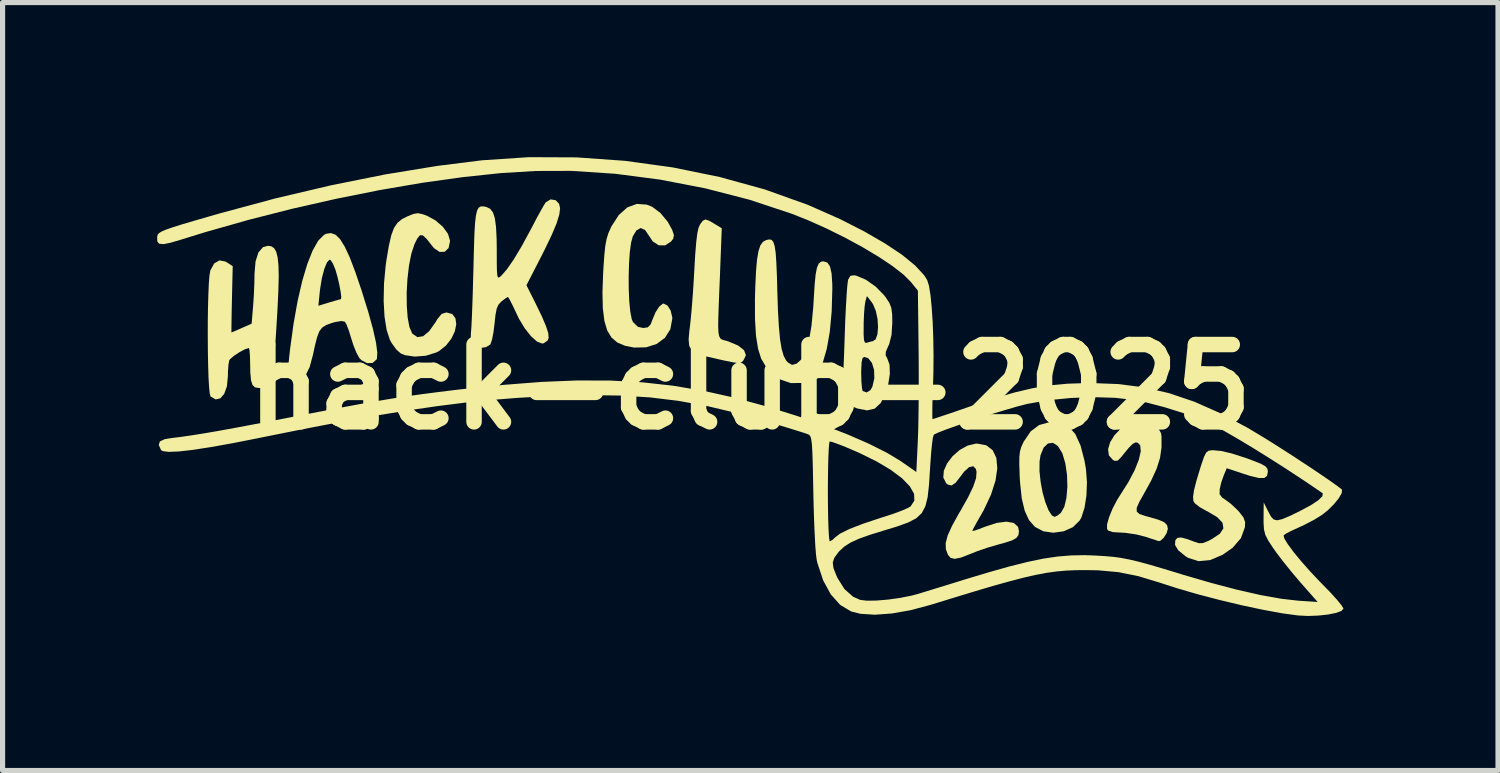
<source format=kicad_pcb>
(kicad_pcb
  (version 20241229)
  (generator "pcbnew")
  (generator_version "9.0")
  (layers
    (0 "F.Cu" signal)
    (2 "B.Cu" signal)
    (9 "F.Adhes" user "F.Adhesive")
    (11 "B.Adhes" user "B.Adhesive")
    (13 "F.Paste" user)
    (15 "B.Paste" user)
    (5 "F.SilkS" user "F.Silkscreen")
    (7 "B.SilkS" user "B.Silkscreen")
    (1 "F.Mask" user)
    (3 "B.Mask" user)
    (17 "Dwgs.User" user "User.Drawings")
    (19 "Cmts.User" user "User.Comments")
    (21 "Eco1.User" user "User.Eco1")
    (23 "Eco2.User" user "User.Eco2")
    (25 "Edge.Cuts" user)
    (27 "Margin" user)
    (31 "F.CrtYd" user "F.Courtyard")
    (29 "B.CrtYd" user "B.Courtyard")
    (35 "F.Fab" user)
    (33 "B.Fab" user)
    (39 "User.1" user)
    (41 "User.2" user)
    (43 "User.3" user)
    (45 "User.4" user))
  (footprint "hack-club-2025"
    (layer "F.Cu")
    (at 11.506 4.458)
    (property "Reference" "hack-club-2025" (at 0 0 0) (layer "F.SilkS") (effects (font (size 1.5 1.5) (thickness 0.3))))
    (attr board_only exclude_from_pos_files exclude_from_bom)
    (fp_poly (pts (xy -0.79 -3.222) (xy -0.695 -3.167) (xy -0.55 -3.078) (xy -0.584 -2.186) (xy -0.599 -1.826) (xy -0.61 -1.543) (xy -0.617 -1.328) (xy -0.619 -1.169) (xy -0.614 -1.059) (xy -0.601 -0.987) (xy -0.58 -0.944) (xy -0.549 -0.92) (xy -0.506 -0.906) (xy -0.451 -0.892) (xy -0.426 -0.884) (xy -0.233 -0.803) (xy -0.117 -0.712) (xy -0.081 -0.615) (xy -0.128 -0.516) (xy -0.138 -0.505) (xy -0.166 -0.478) (xy -0.196 -0.464) (xy -0.247 -0.464) (xy -0.336 -0.478) (xy -0.479 -0.507) (xy -0.625 -0.539) (xy -0.863 -0.594) (xy -1.027 -0.645) (xy -1.129 -0.708) (xy -1.181 -0.795) (xy -1.193 -0.919) (xy -1.178 -1.095) (xy -1.167 -1.176) (xy -1.15 -1.333) (xy -1.13 -1.554) (xy -1.11 -1.815) (xy -1.092 -2.094) (xy -1.082 -2.277) (xy -1.064 -2.581) (xy -1.045 -2.81) (xy -1.025 -2.973) (xy -1.002 -3.083) (xy -0.973 -3.149) (xy -0.973 -3.151) (xy -0.917 -3.225) (xy -0.865 -3.249)) (stroke (width 0) (type solid)) (fill yes) (layer "F.SilkS"))
    (fp_poly (pts (xy 6.021 0.691) (xy 6.181 0.768) (xy 6.311 0.915) (xy 6.413 1.138) (xy 6.491 1.439) (xy 6.518 1.598) (xy 6.537 1.85) (xy 6.527 2.108) (xy 6.49 2.344) (xy 6.429 2.533) (xy 6.395 2.594) (xy 6.264 2.722) (xy 6.085 2.802) (xy 5.885 2.83) (xy 5.69 2.802) (xy 5.527 2.716) (xy 5.413 2.586) (xy 5.33 2.406) (xy 5.272 2.167) (xy 5.239 1.857) (xy 5.231 1.725) (xy 5.229 1.637) (xy 5.616 1.637) (xy 5.638 1.844) (xy 5.677 2.051) (xy 5.73 2.239) (xy 5.791 2.393) (xy 5.855 2.493) (xy 5.909 2.523) (xy 5.968 2.495) (xy 6.033 2.441) (xy 6.098 2.327) (xy 6.139 2.152) (xy 6.157 1.939) (xy 6.15 1.709) (xy 6.118 1.486) (xy 6.061 1.292) (xy 6.058 1.286) (xy 5.973 1.147) (xy 5.876 1.085) (xy 5.78 1.098) (xy 5.696 1.179) (xy 5.636 1.326) (xy 5.617 1.448) (xy 5.616 1.637) (xy 5.229 1.637) (xy 5.224 1.51) (xy 5.225 1.36) (xy 5.237 1.252) (xy 5.263 1.163) (xy 5.305 1.072) (xy 5.312 1.059) (xy 5.446 0.862) (xy 5.609 0.74) (xy 5.815 0.683) (xy 5.828 0.681)) (stroke (width 0) (type solid)) (fill yes) (layer "F.SilkS"))
    (fp_poly (pts (xy 4.583 1.133) (xy 4.707 1.228) (xy 4.779 1.379) (xy 4.797 1.578) (xy 4.763 1.817) (xy 4.675 2.091) (xy 4.533 2.393) (xy 4.48 2.487) (xy 4.4 2.626) (xy 4.341 2.734) (xy 4.313 2.791) (xy 4.312 2.795) (xy 4.348 2.791) (xy 4.443 2.759) (xy 4.56 2.713) (xy 4.787 2.639) (xy 4.976 2.615) (xy 5.116 2.64) (xy 5.199 2.714) (xy 5.218 2.799) (xy 5.208 2.874) (xy 5.167 2.931) (xy 5.082 2.979) (xy 4.935 3.027) (xy 4.808 3.061) (xy 4.613 3.118) (xy 4.412 3.187) (xy 4.275 3.241) (xy 4.093 3.312) (xy 3.97 3.337) (xy 3.889 3.317) (xy 3.84 3.259) (xy 3.799 3.15) (xy 3.796 3.029) (xy 3.834 2.883) (xy 3.918 2.698) (xy 4.049 2.46) (xy 4.075 2.418) (xy 4.228 2.147) (xy 4.33 1.935) (xy 4.385 1.772) (xy 4.395 1.649) (xy 4.382 1.593) (xy 4.33 1.539) (xy 4.25 1.558) (xy 4.151 1.647) (xy 4.085 1.736) (xy 3.987 1.862) (xy 3.909 1.913) (xy 3.837 1.896) (xy 3.804 1.867) (xy 3.749 1.759) (xy 3.76 1.626) (xy 3.824 1.483) (xy 3.93 1.344) (xy 4.067 1.224) (xy 4.222 1.138) (xy 4.385 1.1) (xy 4.407 1.1)) (stroke (width 0) (type solid)) (fill yes) (layer "F.SilkS"))
    (fp_poly (pts (xy 0.417 -2.853) (xy 0.452 -2.811) (xy 0.478 -2.728) (xy 0.497 -2.595) (xy 0.51 -2.401) (xy 0.521 -2.139) (xy 0.528 -1.865) (xy 0.541 -1.476) (xy 0.559 -1.164) (xy 0.582 -0.921) (xy 0.612 -0.737) (xy 0.651 -0.604) (xy 0.699 -0.513) (xy 0.734 -0.474) (xy 0.814 -0.427) (xy 0.902 -0.451) (xy 1 -0.537) (xy 1.08 -0.684) (xy 1.143 -0.898) (xy 1.191 -1.184) (xy 1.226 -1.548) (xy 1.236 -1.719) (xy 1.253 -1.989) (xy 1.272 -2.184) (xy 1.298 -2.315) (xy 1.332 -2.393) (xy 1.378 -2.43) (xy 1.421 -2.437) (xy 1.498 -2.414) (xy 1.55 -2.34) (xy 1.581 -2.204) (xy 1.595 -1.997) (xy 1.596 -1.899) (xy 1.583 -1.462) (xy 1.547 -1.074) (xy 1.489 -0.742) (xy 1.411 -0.473) (xy 1.314 -0.274) (xy 1.2 -0.153) (xy 1.192 -0.148) (xy 0.999 -0.076) (xy 0.788 -0.074) (xy 0.593 -0.141) (xy 0.56 -0.162) (xy 0.438 -0.261) (xy 0.318 -0.384) (xy 0.296 -0.41) (xy 0.214 -0.55) (xy 0.154 -0.743) (xy 0.114 -0.996) (xy 0.095 -1.317) (xy 0.094 -1.711) (xy 0.1 -1.921) (xy 0.114 -2.231) (xy 0.134 -2.465) (xy 0.162 -2.633) (xy 0.2 -2.747) (xy 0.25 -2.816) (xy 0.31 -2.849) (xy 0.37 -2.862)) (stroke (width 0) (type solid)) (fill yes) (layer "F.SilkS"))
    (fp_poly (pts (xy 7.777 0.664) (xy 7.9 0.763) (xy 7.974 0.898) (xy 7.984 0.958) (xy 7.984 1.176) (xy 7.955 1.378) (xy 7.89 1.585) (xy 7.783 1.819) (xy 7.649 2.062) (xy 7.552 2.234) (xy 7.502 2.348) (xy 7.503 2.42) (xy 7.556 2.467) (xy 7.667 2.505) (xy 7.741 2.524) (xy 7.923 2.577) (xy 8.035 2.625) (xy 8.091 2.68) (xy 8.107 2.749) (xy 8.107 2.752) (xy 8.084 2.837) (xy 8.029 2.925) (xy 7.966 2.984) (xy 7.931 2.993) (xy 7.884 2.978) (xy 7.78 2.944) (xy 7.676 2.909) (xy 7.489 2.862) (xy 7.284 2.832) (xy 7.196 2.827) (xy 7.039 2.818) (xy 6.953 2.79) (xy 6.927 2.758) (xy 6.927 2.669) (xy 6.966 2.529) (xy 7.034 2.362) (xy 7.124 2.19) (xy 7.189 2.087) (xy 7.345 1.841) (xy 7.464 1.613) (xy 7.544 1.412) (xy 7.581 1.249) (xy 7.571 1.135) (xy 7.522 1.083) (xy 7.477 1.078) (xy 7.425 1.106) (xy 7.353 1.177) (xy 7.248 1.304) (xy 7.205 1.358) (xy 7.136 1.43) (xy 7.075 1.435) (xy 7.043 1.419) (xy 6.962 1.329) (xy 6.947 1.21) (xy 6.986 1.075) (xy 7.072 0.937) (xy 7.193 0.81) (xy 7.339 0.708) (xy 7.502 0.642) (xy 7.631 0.625)) (stroke (width 0) (type solid)) (fill yes) (layer "F.SilkS"))
    (fp_poly (pts (xy -2.005 -3.537) (xy -1.9 -3.495) (xy -1.74 -3.375) (xy -1.597 -3.202) (xy -1.511 -3.045) (xy -1.478 -2.944) (xy -1.492 -2.875) (xy -1.534 -2.821) (xy -1.649 -2.746) (xy -1.773 -2.748) (xy -1.888 -2.823) (xy -1.955 -2.922) (xy -2.038 -3.045) (xy -2.124 -3.083) (xy -2.207 -3.035) (xy -2.276 -2.922) (xy -2.309 -2.801) (xy -2.334 -2.619) (xy -2.349 -2.396) (xy -2.356 -2.15) (xy -2.355 -1.901) (xy -2.345 -1.666) (xy -2.326 -1.467) (xy -2.298 -1.32) (xy -2.274 -1.26) (xy -2.177 -1.165) (xy -2.072 -1.143) (xy -1.985 -1.156) (xy -1.932 -1.21) (xy -1.895 -1.304) (xy -1.836 -1.446) (xy -1.764 -1.557) (xy -1.695 -1.614) (xy -1.678 -1.617) (xy -1.603 -1.579) (xy -1.542 -1.482) (xy -1.511 -1.353) (xy -1.51 -1.323) (xy -1.548 -1.118) (xy -1.653 -0.952) (xy -1.814 -0.833) (xy -2.018 -0.768) (xy -2.253 -0.763) (xy -2.43 -0.799) (xy -2.576 -0.861) (xy -2.689 -0.957) (xy -2.772 -1.094) (xy -2.828 -1.281) (xy -2.858 -1.526) (xy -2.865 -1.837) (xy -2.851 -2.223) (xy -2.846 -2.307) (xy -2.829 -2.551) (xy -2.811 -2.73) (xy -2.786 -2.865) (xy -2.752 -2.978) (xy -2.703 -3.089) (xy -2.689 -3.118) (xy -2.546 -3.338) (xy -2.381 -3.484) (xy -2.198 -3.551)) (stroke (width 0) (type solid)) (fill yes) (layer "F.SilkS"))
    (fp_poly (pts (xy -6.356 -3.352) (xy -6.272 -3.322) (xy -6.105 -3.231) (xy -5.961 -3.106) (xy -5.861 -2.967) (xy -5.822 -2.834) (xy -5.822 -2.832) (xy -5.851 -2.695) (xy -5.924 -2.623) (xy -6.025 -2.619) (xy -6.133 -2.691) (xy -6.163 -2.728) (xy -6.274 -2.869) (xy -6.35 -2.94) (xy -6.407 -2.943) (xy -6.459 -2.879) (xy -6.514 -2.766) (xy -6.574 -2.584) (xy -6.619 -2.355) (xy -6.649 -2.098) (xy -6.664 -1.832) (xy -6.662 -1.574) (xy -6.645 -1.344) (xy -6.61 -1.159) (xy -6.558 -1.039) (xy -6.553 -1.032) (xy -6.456 -0.966) (xy -6.346 -0.983) (xy -6.227 -1.082) (xy -6.101 -1.26) (xy -6.072 -1.311) (xy -5.986 -1.416) (xy -5.894 -1.445) (xy -5.78 -1.414) (xy -5.718 -1.332) (xy -5.702 -1.215) (xy -5.73 -1.077) (xy -5.798 -0.935) (xy -5.901 -0.803) (xy -6.035 -0.696) (xy -6.092 -0.667) (xy -6.293 -0.605) (xy -6.507 -0.588) (xy -6.699 -0.616) (xy -6.777 -0.648) (xy -6.863 -0.723) (xy -6.951 -0.844) (xy -6.99 -0.913) (xy -7.053 -1.105) (xy -7.094 -1.363) (xy -7.111 -1.669) (xy -7.104 -2.006) (xy -7.072 -2.355) (xy -7.056 -2.467) (xy -7.01 -2.739) (xy -6.964 -2.94) (xy -6.911 -3.083) (xy -6.843 -3.184) (xy -6.755 -3.256) (xy -6.659 -3.305) (xy -6.535 -3.356) (xy -6.448 -3.371)) (stroke (width 0) (type solid)) (fill yes) (layer "F.SilkS"))
    (fp_poly (pts (xy 9.145 1.244) (xy 9.348 1.292) (xy 9.607 1.375) (xy 9.757 1.43) (xy 9.911 1.491) (xy 9.999 1.54) (xy 10.039 1.589) (xy 10.048 1.644) (xy 10.032 1.727) (xy 9.977 1.768) (xy 9.872 1.768) (xy 9.706 1.728) (xy 9.583 1.689) (xy 9.25 1.578) (xy 9.192 1.716) (xy 9.143 1.855) (xy 9.113 1.983) (xy 9.111 2.082) (xy 9.161 2.149) (xy 9.22 2.188) (xy 9.329 2.268) (xy 9.448 2.38) (xy 9.487 2.421) (xy 9.574 2.533) (xy 9.607 2.626) (xy 9.602 2.724) (xy 9.525 2.935) (xy 9.364 3.122) (xy 9.171 3.257) (xy 8.927 3.361) (xy 8.703 3.382) (xy 8.501 3.318) (xy 8.452 3.288) (xy 8.309 3.172) (xy 8.246 3.067) (xy 8.252 2.976) (xy 8.291 2.93) (xy 8.366 2.922) (xy 8.492 2.956) (xy 8.616 3.003) (xy 8.708 3.033) (xy 8.786 3.031) (xy 8.885 2.992) (xy 8.961 2.953) (xy 9.116 2.849) (xy 9.185 2.744) (xy 9.168 2.637) (xy 9.066 2.529) (xy 8.878 2.417) (xy 8.854 2.406) (xy 8.726 2.334) (xy 8.633 2.261) (xy 8.603 2.219) (xy 8.596 2.136) (xy 8.615 2.003) (xy 8.664 1.812) (xy 8.743 1.551) (xy 8.76 1.499) (xy 8.81 1.354) (xy 8.851 1.273) (xy 8.898 1.238) (xy 8.967 1.229) (xy 8.984 1.229)) (stroke (width 0) (type solid)) (fill yes) (layer "F.SilkS"))
    (fp_poly (pts (xy -8.043 -2.952) (xy -7.955 -2.865) (xy -7.865 -2.719) (xy -7.767 -2.509) (xy -7.66 -2.226) (xy -7.537 -1.865) (xy -7.534 -1.854) (xy -7.41 -1.456) (xy -7.318 -1.123) (xy -7.259 -0.858) (xy -7.234 -0.665) (xy -7.242 -0.547) (xy -7.249 -0.532) (xy -7.325 -0.465) (xy -7.432 -0.461) (xy -7.54 -0.517) (xy -7.582 -0.56) (xy -7.637 -0.658) (xy -7.697 -0.806) (xy -7.742 -0.948) (xy -7.788 -1.097) (xy -7.832 -1.212) (xy -7.866 -1.267) (xy -7.937 -1.278) (xy -8.063 -1.256) (xy -8.122 -1.238) (xy -8.227 -1.2) (xy -8.303 -1.152) (xy -8.358 -1.081) (xy -8.402 -0.968) (xy -8.445 -0.799) (xy -8.482 -0.625) (xy -8.546 -0.387) (xy -8.623 -0.229) (xy -8.711 -0.153) (xy -8.811 -0.16) (xy -8.902 -0.233) (xy -8.935 -0.279) (xy -8.953 -0.337) (xy -8.957 -0.426) (xy -8.946 -0.564) (xy -8.926 -0.74) (xy -8.859 -1.228) (xy -8.797 -1.575) (xy -8.378 -1.575) (xy -8.167 -1.639) (xy -8.044 -1.675) (xy -7.96 -1.698) (xy -7.94 -1.703) (xy -7.933 -1.741) (xy -7.945 -1.84) (xy -7.97 -1.975) (xy -8.004 -2.125) (xy -8.044 -2.265) (xy -8.048 -2.277) (xy -8.095 -2.392) (xy -8.14 -2.46) (xy -8.162 -2.469) (xy -8.213 -2.412) (xy -8.263 -2.288) (xy -8.309 -2.115) (xy -8.343 -1.909) (xy -8.35 -1.85) (xy -8.378 -1.575) (xy -8.797 -1.575) (xy -8.78 -1.668) (xy -8.691 -2.056) (xy -8.593 -2.384) (xy -8.489 -2.646) (xy -8.381 -2.837) (xy -8.269 -2.95) (xy -8.226 -2.972) (xy -8.132 -2.985)) (stroke (width 0) (type solid)) (fill yes) (layer "F.SilkS"))
    (fp_poly (pts (xy -9.29 -2.728) (xy -9.236 -2.692) (xy -9.196 -2.623) (xy -9.168 -2.514) (xy -9.152 -2.358) (xy -9.147 -2.147) (xy -9.154 -1.873) (xy -9.17 -1.53) (xy -9.195 -1.11) (xy -9.202 -1.003) (xy -9.225 -0.678) (xy -9.248 -0.43) (xy -9.274 -0.248) (xy -9.307 -0.122) (xy -9.35 -0.042) (xy -9.405 0.001) (xy -9.476 0.019) (xy -9.532 0.022) (xy -9.607 0.009) (xy -9.656 -0.036) (xy -9.685 -0.128) (xy -9.699 -0.282) (xy -9.702 -0.464) (xy -9.706 -0.609) (xy -9.714 -0.714) (xy -9.726 -0.755) (xy -9.726 -0.755) (xy -9.801 -0.731) (xy -9.908 -0.674) (xy -10.015 -0.604) (xy -10.091 -0.539) (xy -10.107 -0.516) (xy -10.122 -0.435) (xy -10.132 -0.303) (xy -10.134 -0.2) (xy -10.153 -0.009) (xy -10.205 0.135) (xy -10.28 0.222) (xy -10.371 0.243) (xy -10.469 0.187) (xy -10.47 0.185) (xy -10.486 0.127) (xy -10.499 -0.003) (xy -10.51 -0.192) (xy -10.517 -0.426) (xy -10.522 -0.691) (xy -10.524 -0.973) (xy -10.524 -1.258) (xy -10.52 -1.533) (xy -10.513 -1.784) (xy -10.504 -1.996) (xy -10.492 -2.157) (xy -10.476 -2.253) (xy -10.475 -2.258) (xy -10.399 -2.396) (xy -10.298 -2.455) (xy -10.179 -2.432) (xy -10.149 -2.414) (xy -10.04 -2.343) (xy -10.055 -1.7) (xy -10.06 -1.475) (xy -10.063 -1.285) (xy -10.065 -1.144) (xy -10.065 -1.066) (xy -10.064 -1.057) (xy -10.025 -1.072) (xy -9.933 -1.112) (xy -9.866 -1.142) (xy -9.673 -1.227) (xy -9.645 -1.558) (xy -9.63 -1.778) (xy -9.62 -2.018) (xy -9.617 -2.2) (xy -9.597 -2.435) (xy -9.542 -2.608) (xy -9.454 -2.711) (xy -9.357 -2.738)) (stroke (width 0) (type solid)) (fill yes) (layer "F.SilkS"))
    (fp_poly (pts (xy -3.773 -3.623) (xy -3.707 -3.554) (xy -3.687 -3.469) (xy -3.702 -3.346) (xy -3.754 -3.176) (xy -3.847 -2.954) (xy -3.983 -2.67) (xy -4.071 -2.496) (xy -4.34 -1.973) (xy -4.17 -1.635) (xy -4.045 -1.377) (xy -3.962 -1.184) (xy -3.917 -1.045) (xy -3.909 -0.952) (xy -3.929 -0.9) (xy -4.002 -0.848) (xy -4.036 -0.841) (xy -4.134 -0.879) (xy -4.25 -0.982) (xy -4.372 -1.135) (xy -4.486 -1.324) (xy -4.533 -1.423) (xy -4.603 -1.571) (xy -4.66 -1.684) (xy -4.695 -1.741) (xy -4.701 -1.745) (xy -4.745 -1.719) (xy -4.824 -1.659) (xy -4.826 -1.657) (xy -4.881 -1.599) (xy -4.917 -1.52) (xy -4.941 -1.397) (xy -4.959 -1.229) (xy -4.98 -1.059) (xy -5.008 -0.917) (xy -5.038 -0.83) (xy -5.044 -0.821) (xy -5.127 -0.771) (xy -5.239 -0.755) (xy -5.345 -0.773) (xy -5.408 -0.824) (xy -5.409 -0.827) (xy -5.422 -0.915) (xy -5.418 -1.042) (xy -5.415 -1.075) (xy -5.408 -1.166) (xy -5.4 -1.33) (xy -5.391 -1.552) (xy -5.382 -1.817) (xy -5.374 -2.111) (xy -5.368 -2.329) (xy -5.359 -2.684) (xy -5.35 -2.962) (xy -5.338 -3.171) (xy -5.321 -3.321) (xy -5.298 -3.421) (xy -5.267 -3.478) (xy -5.225 -3.502) (xy -5.172 -3.503) (xy -5.12 -3.492) (xy -5.045 -3.457) (xy -4.99 -3.387) (xy -4.953 -3.272) (xy -4.93 -3.101) (xy -4.918 -2.863) (xy -4.916 -2.639) (xy -4.916 -2.411) (xy -4.913 -2.257) (xy -4.906 -2.166) (xy -4.893 -2.125) (xy -4.871 -2.123) (xy -4.839 -2.148) (xy -4.829 -2.157) (xy -4.72 -2.281) (xy -4.585 -2.476) (xy -4.431 -2.733) (xy -4.262 -3.044) (xy -4.234 -3.097) (xy -4.141 -3.275) (xy -4.057 -3.428) (xy -3.994 -3.538) (xy -3.965 -3.582) (xy -3.872 -3.639)) (stroke (width 0) (type solid)) (fill yes) (layer "F.SilkS"))
    (fp_poly (pts (xy 2.06 -2.158) (xy 2.247 -2.08) (xy 2.438 -1.945) (xy 2.604 -1.775) (xy 2.631 -1.739) (xy 2.701 -1.633) (xy 2.74 -1.535) (xy 2.757 -1.412) (xy 2.76 -1.253) (xy 2.745 -1.011) (xy 2.7 -0.832) (xy 2.681 -0.791) (xy 2.634 -0.682) (xy 2.631 -0.611) (xy 2.66 -0.558) (xy 2.706 -0.433) (xy 2.712 -0.255) (xy 2.68 -0.046) (xy 2.627 0.128) (xy 2.535 0.313) (xy 2.418 0.422) (xy 2.27 0.456) (xy 2.081 0.419) (xy 1.946 0.365) (xy 1.833 0.31) (xy 1.781 0.261) (xy 1.773 0.191) (xy 1.782 0.118) (xy 1.791 0.028) (xy 1.801 -0.133) (xy 1.808 -0.266) (xy 2.156 -0.266) (xy 2.16 -0.108) (xy 2.17 0.014) (xy 2.183 0.077) (xy 2.185 0.079) (xy 2.261 0.108) (xy 2.335 0.063) (xy 2.373 -0.003) (xy 2.411 -0.168) (xy 2.406 -0.33) (xy 2.364 -0.466) (xy 2.292 -0.557) (xy 2.214 -0.582) (xy 2.182 -0.558) (xy 2.164 -0.477) (xy 2.157 -0.327) (xy 2.156 -0.266) (xy 1.808 -0.266) (xy 1.812 -0.35) (xy 1.823 -0.608) (xy 1.833 -0.893) (xy 1.837 -1.013) (xy 1.837 -1.016) (xy 2.203 -1.016) (xy 2.21 -0.91) (xy 2.227 -0.862) (xy 2.255 -0.854) (xy 2.268 -0.858) (xy 2.35 -0.881) (xy 2.376 -0.884) (xy 2.436 -0.922) (xy 2.471 -1.021) (xy 2.483 -1.16) (xy 2.473 -1.319) (xy 2.44 -1.474) (xy 2.385 -1.606) (xy 2.358 -1.646) (xy 2.267 -1.763) (xy 2.237 -1.658) (xy 2.223 -1.566) (xy 2.211 -1.416) (xy 2.204 -1.238) (xy 2.204 -1.192) (xy 2.203 -1.016) (xy 1.837 -1.016) (xy 1.847 -1.3) (xy 1.86 -1.562) (xy 1.873 -1.786) (xy 1.886 -1.957) (xy 1.899 -2.063) (xy 1.904 -2.085) (xy 1.947 -2.156) (xy 2.02 -2.166)) (stroke (width 0) (type solid)) (fill yes) (layer "F.SilkS"))
    (fp_poly (pts (xy -3.366 -4.454) (xy -2.428 -4.387) (xy -1.498 -4.259) (xy -0.589 -4.073) (xy 0.288 -3.831) (xy 1.118 -3.534) (xy 1.747 -3.256) (xy 2.219 -3.015) (xy 2.621 -2.782) (xy 2.951 -2.562) (xy 3.204 -2.355) (xy 3.379 -2.165) (xy 3.437 -2.072) (xy 3.471 -1.964) (xy 3.5 -1.784) (xy 3.524 -1.544) (xy 3.543 -1.259) (xy 3.555 -0.942) (xy 3.56 -0.606) (xy 3.557 -0.266) (xy 3.55 -0.032) (xy 3.541 0.195) (xy 3.537 0.388) (xy 3.536 0.532) (xy 3.538 0.613) (xy 3.541 0.625) (xy 3.586 0.612) (xy 3.699 0.574) (xy 3.867 0.518) (xy 4.077 0.446) (xy 4.298 0.369) (xy 4.744 0.221) (xy 5.132 0.108) (xy 5.484 0.025) (xy 5.82 -0.03) (xy 6.159 -0.062) (xy 6.523 -0.074) (xy 6.62 -0.075) (xy 7.148 -0.055) (xy 7.649 0.01) (xy 8.136 0.123) (xy 8.625 0.289) (xy 9.128 0.512) (xy 9.661 0.798) (xy 9.993 0.997) (xy 10.206 1.131) (xy 10.435 1.277) (xy 10.668 1.429) (xy 10.893 1.577) (xy 11.098 1.715) (xy 11.271 1.834) (xy 11.401 1.927) (xy 11.475 1.984) (xy 11.487 1.997) (xy 11.481 2.061) (xy 11.423 2.162) (xy 11.327 2.28) (xy 11.207 2.398) (xy 11.097 2.485) (xy 10.942 2.58) (xy 10.755 2.678) (xy 10.631 2.735) (xy 10.495 2.797) (xy 10.394 2.85) (xy 10.352 2.883) (xy 10.368 2.944) (xy 10.436 3.054) (xy 10.546 3.203) (xy 10.691 3.379) (xy 10.86 3.571) (xy 11.045 3.768) (xy 11.113 3.837) (xy 11.263 3.991) (xy 11.387 4.128) (xy 11.474 4.235) (xy 11.513 4.297) (xy 11.514 4.303) (xy 11.474 4.348) (xy 11.366 4.387) (xy 11.21 4.418) (xy 11.022 4.438) (xy 10.823 4.445) (xy 10.63 4.435) (xy 10.63 4.435) (xy 10.321 4.393) (xy 9.952 4.325) (xy 9.543 4.238) (xy 9.115 4.136) (xy 8.687 4.024) (xy 8.281 3.906) (xy 7.935 3.794) (xy 7.528 3.671) (xy 7.147 3.595) (xy 6.75 3.559) (xy 6.507 3.555) (xy 6.312 3.557) (xy 6.127 3.565) (xy 5.944 3.582) (xy 5.753 3.608) (xy 5.544 3.648) (xy 5.308 3.702) (xy 5.035 3.773) (xy 4.715 3.862) (xy 4.341 3.973) (xy 3.901 4.107) (xy 3.515 4.226) (xy 3.121 4.332) (xy 2.752 4.397) (xy 2.421 4.421) (xy 2.141 4.403) (xy 1.962 4.358) (xy 1.749 4.231) (xy 1.567 4.028) (xy 1.418 3.755) (xy 1.306 3.417) (xy 1.304 3.409) (xy 1.604 3.409) (xy 1.618 3.517) (xy 1.677 3.666) (xy 1.699 3.713) (xy 1.831 3.923) (xy 1.998 4.071) (xy 2.135 4.133) (xy 2.265 4.149) (xy 2.456 4.146) (xy 2.681 4.127) (xy 2.916 4.094) (xy 3.139 4.049) (xy 3.256 4.018) (xy 3.435 3.963) (xy 3.666 3.892) (xy 3.92 3.814) (xy 4.161 3.739) (xy 4.633 3.597) (xy 5.037 3.483) (xy 5.387 3.396) (xy 5.694 3.332) (xy 5.972 3.291) (xy 6.233 3.27) (xy 6.491 3.265) (xy 6.706 3.273) (xy 6.89 3.284) (xy 7.05 3.298) (xy 7.203 3.319) (xy 7.362 3.35) (xy 7.543 3.393) (xy 7.76 3.452) (xy 8.028 3.531) (xy 8.364 3.633) (xy 8.388 3.641) (xy 8.941 3.802) (xy 9.451 3.936) (xy 9.909 4.04) (xy 10.307 4.111) (xy 10.629 4.148) (xy 11.015 4.175) (xy 10.677 3.791) (xy 10.519 3.605) (xy 10.36 3.408) (xy 10.222 3.228) (xy 10.15 3.127) (xy 10.054 2.98) (xy 9.998 2.87) (xy 9.972 2.765) (xy 9.964 2.633) (xy 9.964 2.545) (xy 9.967 2.242) (xy 10.06 2.428) (xy 10.11 2.519) (xy 10.161 2.573) (xy 10.227 2.589) (xy 10.324 2.567) (xy 10.468 2.507) (xy 10.668 2.41) (xy 10.878 2.298) (xy 11.026 2.2) (xy 11.106 2.121) (xy 11.112 2.066) (xy 11.103 2.058) (xy 10.782 1.84) (xy 10.442 1.616) (xy 10.098 1.396) (xy 9.766 1.189) (xy 9.46 1.005) (xy 9.195 0.852) (xy 9.002 0.749) (xy 8.73 0.628) (xy 8.402 0.507) (xy 8.049 0.396) (xy 7.701 0.305) (xy 7.456 0.255) (xy 7.086 0.212) (xy 6.665 0.199) (xy 6.223 0.215) (xy 5.788 0.258) (xy 5.39 0.328) (xy 5.347 0.338) (xy 5.179 0.382) (xy 4.969 0.443) (xy 4.731 0.515) (xy 4.481 0.595) (xy 4.234 0.676) (xy 4.005 0.755) (xy 3.808 0.825) (xy 3.66 0.882) (xy 3.575 0.922) (xy 3.564 0.93) (xy 3.548 0.982) (xy 3.531 1.105) (xy 3.513 1.282) (xy 3.498 1.496) (xy 3.492 1.588) (xy 3.472 1.899) (xy 3.446 2.137) (xy 3.402 2.316) (xy 3.331 2.449) (xy 3.224 2.55) (xy 3.069 2.631) (xy 2.858 2.707) (xy 2.609 2.783) (xy 2.324 2.871) (xy 2.109 2.948) (xy 1.948 3.022) (xy 1.828 3.099) (xy 1.733 3.186) (xy 1.709 3.214) (xy 1.634 3.317) (xy 1.604 3.409) (xy 1.304 3.409) (xy 1.293 3.359) (xy 1.28 3.262) (xy 1.266 3.093) (xy 1.254 2.866) (xy 1.242 2.596) (xy 1.233 2.296) (xy 1.227 2.056) (xy 1.227 2.027) (xy 1.509 2.027) (xy 1.511 2.306) (xy 1.515 2.553) (xy 1.522 2.757) (xy 1.531 2.906) (xy 1.541 2.986) (xy 1.547 2.997) (xy 1.602 2.967) (xy 1.644 2.925) (xy 1.745 2.848) (xy 1.929 2.757) (xy 2.195 2.654) (xy 2.541 2.539) (xy 2.587 2.525) (xy 2.78 2.462) (xy 2.947 2.4) (xy 3.067 2.347) (xy 3.116 2.318) (xy 3.188 2.206) (xy 3.182 2.075) (xy 3.1 1.93) (xy 2.948 1.773) (xy 2.729 1.609) (xy 2.447 1.442) (xy 2.106 1.275) (xy 1.858 1.168) (xy 1.714 1.112) (xy 1.602 1.072) (xy 1.545 1.057) (xy 1.545 1.057) (xy 1.535 1.098) (xy 1.526 1.213) (xy 1.518 1.39) (xy 1.513 1.617) (xy 1.51 1.881) (xy 1.509 2.027) (xy 1.227 2.027) (xy 1.221 1.719) (xy 1.215 1.458) (xy 1.208 1.264) (xy 1.2 1.124) (xy 1.189 1.031) (xy 1.175 0.973) (xy 1.156 0.94) (xy 1.131 0.923) (xy 1.11 0.914) (xy 1.036 0.889) (xy 0.896 0.845) (xy 0.708 0.787) (xy 0.49 0.721) (xy 0.388 0.69) (xy -0.247 0.511) (xy -0.832 0.372) (xy -1.389 0.271) (xy -1.942 0.204) (xy -2.515 0.168) (xy -3.131 0.16) (xy -3.471 0.166) (xy -3.991 0.184) (xy -4.501 0.212) (xy -5.014 0.253) (xy -5.537 0.306) (xy -6.083 0.375) (xy -6.661 0.459) (xy -7.28 0.561) (xy -7.952 0.681) (xy -8.687 0.822) (xy -9.494 0.984) (xy -9.526 0.991) (xy -10.029 1.09) (xy -10.458 1.167) (xy -10.811 1.222) (xy -11.087 1.253) (xy -11.284 1.261) (xy -11.4 1.246) (xy -11.431 1.226) (xy -11.475 1.126) (xy -11.453 1.058) (xy -11.358 1.014) (xy -11.223 0.992) (xy -11.044 0.97) (xy -10.843 0.941) (xy -10.61 0.904) (xy -10.335 0.857) (xy -10.009 0.798) (xy -9.622 0.725) (xy -9.166 0.638) (xy -8.884 0.583) (xy -8.381 0.486) (xy -7.95 0.404) (xy -7.575 0.334) (xy -7.243 0.276) (xy -6.94 0.225) (xy -6.652 0.181) (xy -6.366 0.141) (xy -6.067 0.102) (xy -5.741 0.062) (xy -5.606 0.046) (xy -4.791 -0.039) (xy -4.045 -0.097) (xy -3.355 -0.125) (xy -2.708 -0.123) (xy -2.092 -0.089) (xy -1.493 -0.023) (xy -0.899 0.077) (xy -0.297 0.211) (xy 0.327 0.381) (xy 0.924 0.568) (xy 1.429 0.743) (xy 1.891 0.922) (xy 2.299 1.1) (xy 2.645 1.273) (xy 2.917 1.436) (xy 2.944 1.455) (xy 3.226 1.651) (xy 3.255 1.041) (xy 3.263 0.823) (xy 3.268 0.539) (xy 3.272 0.21) (xy 3.273 -0.143) (xy 3.272 -0.499) (xy 3.27 -0.718) (xy 3.256 -1.868) (xy 3.122 -2.034) (xy 2.977 -2.179) (xy 2.764 -2.345) (xy 2.494 -2.525) (xy 2.182 -2.712) (xy 1.839 -2.898) (xy 1.479 -3.076) (xy 1.114 -3.239) (xy 0.805 -3.361) (xy -0.012 -3.632) (xy -0.869 -3.853) (xy -1.744 -4.022) (xy -2.619 -4.136) (xy -3.473 -4.192) (xy -4.161 -4.19) (xy -4.835 -4.149) (xy -5.572 -4.071) (xy -6.359 -3.961) (xy -7.183 -3.82) (xy -8.029 -3.651) (xy -8.885 -3.457) (xy -9.738 -3.24) (xy -10.572 -3.003) (xy -11.035 -2.86) (xy -11.244 -2.798) (xy -11.384 -2.77) (xy -11.467 -2.778) (xy -11.504 -2.823) (xy -11.506 -2.908) (xy -11.504 -2.927) (xy -11.494 -2.957) (xy -11.469 -2.985) (xy -11.42 -3.015) (xy -11.337 -3.051) (xy -11.211 -3.095) (xy -11.034 -3.151) (xy -10.797 -3.221) (xy -10.49 -3.31) (xy -10.292 -3.367) (xy -9.207 -3.659) (xy -8.132 -3.912) (xy -7.082 -4.123) (xy -6.074 -4.288) (xy -5.208 -4.397) (xy -4.297 -4.458)) (stroke (width 0) (type solid)) (fill yes) (layer "F.SilkS")))
  (gr_rect
    (start -3 -3)
    (end 26.02 11.902)
    (stroke (width 0.1) (type default))
    (fill no)
    (layer "Edge.Cuts")))
</source>
